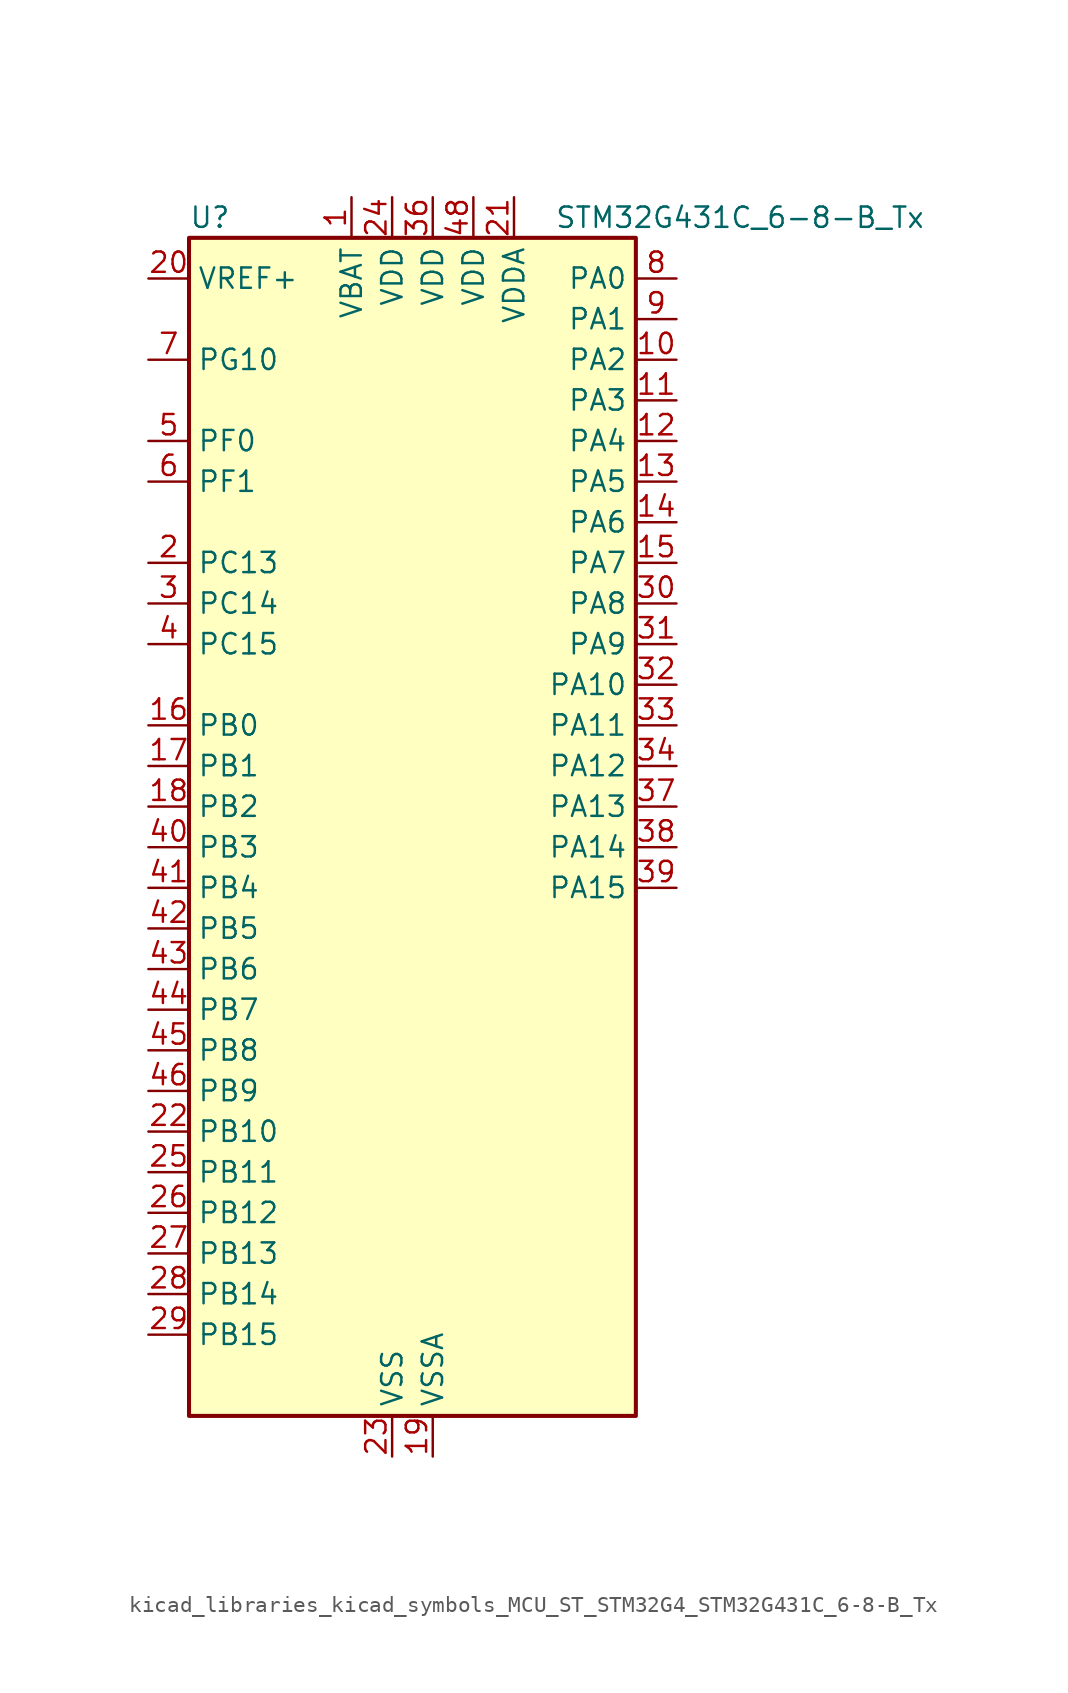
<source format=kicad_sym>
(kicad_symbol_lib
  (version 20220914)
  (generator kicad_symbol_editor)
  (symbol "kicad_libraries_kicad_symbols_MCU_ST_STM32G4_STM32G431C_6-8-B_Tx"
    (property "Reference" "U"
      (at -12.7 39.37 0)
      (effects (font (size 1.27 1.27)) (justify left)))
    (property "Value" "STM32G431C_6-8-B_Tx"
      (at 10.16 39.37 0)
      (effects (font (size 1.27 1.27)) (justify left)))
    (property "ki_locked" ""
      (at 0 0 0)
      (effects (font (size 1.27 1.27))))
    (symbol "kicad_libraries_kicad_symbols_MCU_ST_STM32G4_STM32G431C_6-8-B_Tx_0_1"
      (rectangle (start -12.7 -35.56) (end 15.24 38.1) (stroke (width 0.254) (type default)) (fill (type background))))
    (symbol "kicad_libraries_kicad_symbols_MCU_ST_STM32G4_STM32G431C_6-8-B_Tx_1_1"
      (pin power_in line (at -2.54 40.64 270) (length 2.54) (name "VBAT" (effects (font (size 1.27 1.27)))) (number "1" (effects (font (size 1.27 1.27)))))
      (pin bidirectional line (at 17.78 30.48 180) (length 2.54) (name "PA2" (effects (font (size 1.27 1.27)))) (number "10" (effects (font (size 1.27 1.27)))) (alternate "ADC1_IN3" bidirectional line) (alternate "COMP2_INM" bidirectional line) (alternate "COMP2_OUT" bidirectional line) (alternate "LPUART1_TX" bidirectional line) (alternate "OPAMP1_VOUT" bidirectional line) (alternate "RCC_LSCO" bidirectional line) (alternate "SYS_WKUP4" bidirectional line) (alternate "TIM15_CH1" bidirectional line) (alternate "TIM2_CH3" bidirectional line) (alternate "UCPD1_FRSTX1" bidirectional line) (alternate "UCPD1_FRSTX2" bidirectional line) (alternate "USART2_TX" bidirectional line))
      (pin bidirectional line (at 17.78 27.94 180) (length 2.54) (name "PA3" (effects (font (size 1.27 1.27)))) (number "11" (effects (font (size 1.27 1.27)))) (alternate "ADC1_IN4" bidirectional line) (alternate "COMP2_INP" bidirectional line) (alternate "LPUART1_RX" bidirectional line) (alternate "OPAMP1_VINM" bidirectional line) (alternate "OPAMP1_VINM0" bidirectional line) (alternate "OPAMP1_VINM_SEC" bidirectional line) (alternate "OPAMP1_VINP" bidirectional line) (alternate "OPAMP1_VINP_SEC" bidirectional line) (alternate "SAI1_CK1" bidirectional line) (alternate "SAI1_MCLK_A" bidirectional line) (alternate "TIM15_CH2" bidirectional line) (alternate "TIM2_CH4" bidirectional line) (alternate "USART2_RX" bidirectional line))
      (pin bidirectional line (at 17.78 25.4 180) (length 2.54) (name "PA4" (effects (font (size 1.27 1.27)))) (number "12" (effects (font (size 1.27 1.27)))) (alternate "ADC2_IN17" bidirectional line) (alternate "COMP1_INM" bidirectional line) (alternate "DAC1_OUT1" bidirectional line) (alternate "I2S3_WS" bidirectional line) (alternate "SAI1_FS_B" bidirectional line) (alternate "SPI1_NSS" bidirectional line) (alternate "SPI3_NSS" bidirectional line) (alternate "TIM3_CH2" bidirectional line) (alternate "USART2_CK" bidirectional line))
      (pin bidirectional line (at 17.78 22.86 180) (length 2.54) (name "PA5" (effects (font (size 1.27 1.27)))) (number "13" (effects (font (size 1.27 1.27)))) (alternate "ADC2_IN13" bidirectional line) (alternate "COMP2_INM" bidirectional line) (alternate "DAC1_OUT2" bidirectional line) (alternate "OPAMP2_VINM" bidirectional line) (alternate "OPAMP2_VINM0" bidirectional line) (alternate "OPAMP2_VINM_SEC" bidirectional line) (alternate "SPI1_SCK" bidirectional line) (alternate "TIM2_CH1" bidirectional line) (alternate "TIM2_ETR" bidirectional line) (alternate "UCPD1_FRSTX1" bidirectional line) (alternate "UCPD1_FRSTX2" bidirectional line))
      (pin bidirectional line (at 17.78 20.32 180) (length 2.54) (name "PA6" (effects (font (size 1.27 1.27)))) (number "14" (effects (font (size 1.27 1.27)))) (alternate "ADC2_IN3" bidirectional line) (alternate "COMP1_OUT" bidirectional line) (alternate "LPUART1_CTS" bidirectional line) (alternate "OPAMP2_VOUT" bidirectional line) (alternate "SPI1_MISO" bidirectional line) (alternate "TIM16_CH1" bidirectional line) (alternate "TIM1_BKIN" bidirectional line) (alternate "TIM3_CH1" bidirectional line) (alternate "TIM8_BKIN" bidirectional line))
      (pin bidirectional line (at 17.78 17.78 180) (length 2.54) (name "PA7" (effects (font (size 1.27 1.27)))) (number "15" (effects (font (size 1.27 1.27)))) (alternate "ADC2_IN4" bidirectional line) (alternate "COMP2_INP" bidirectional line) (alternate "COMP2_OUT" bidirectional line) (alternate "OPAMP1_VINP" bidirectional line) (alternate "OPAMP1_VINP_SEC" bidirectional line) (alternate "OPAMP2_VINP" bidirectional line) (alternate "OPAMP2_VINP_SEC" bidirectional line) (alternate "SPI1_MOSI" bidirectional line) (alternate "TIM17_CH1" bidirectional line) (alternate "TIM1_CH1N" bidirectional line) (alternate "TIM3_CH2" bidirectional line) (alternate "TIM8_CH1N" bidirectional line) (alternate "UCPD1_FRSTX1" bidirectional line) (alternate "UCPD1_FRSTX2" bidirectional line))
      (pin bidirectional line (at -15.24 7.62 0) (length 2.54) (name "PB0" (effects (font (size 1.27 1.27)))) (number "16" (effects (font (size 1.27 1.27)))) (alternate "ADC1_IN15" bidirectional line) (alternate "COMP4_INP" bidirectional line) (alternate "OPAMP2_VINP" bidirectional line) (alternate "OPAMP2_VINP_SEC" bidirectional line) (alternate "OPAMP3_VINP" bidirectional line) (alternate "OPAMP3_VINP_SEC" bidirectional line) (alternate "TIM1_CH2N" bidirectional line) (alternate "TIM3_CH3" bidirectional line) (alternate "TIM8_CH2N" bidirectional line) (alternate "UCPD1_FRSTX1" bidirectional line) (alternate "UCPD1_FRSTX2" bidirectional line))
      (pin bidirectional line (at -15.24 5.08 0) (length 2.54) (name "PB1" (effects (font (size 1.27 1.27)))) (number "17" (effects (font (size 1.27 1.27)))) (alternate "ADC1_IN12" bidirectional line) (alternate "COMP1_INP" bidirectional line) (alternate "COMP4_OUT" bidirectional line) (alternate "LPUART1_DE" bidirectional line) (alternate "LPUART1_RTS" bidirectional line) (alternate "OPAMP3_VOUT" bidirectional line) (alternate "TIM1_CH3N" bidirectional line) (alternate "TIM3_CH4" bidirectional line) (alternate "TIM8_CH3N" bidirectional line))
      (pin bidirectional line (at -15.24 2.54 0) (length 2.54) (name "PB2" (effects (font (size 1.27 1.27)))) (number "18" (effects (font (size 1.27 1.27)))) (alternate "ADC2_IN12" bidirectional line) (alternate "COMP4_INM" bidirectional line) (alternate "I2C3_SMBA" bidirectional line) (alternate "LPTIM1_OUT" bidirectional line) (alternate "OPAMP3_VINM" bidirectional line) (alternate "OPAMP3_VINM0" bidirectional line) (alternate "OPAMP3_VINM_SEC" bidirectional line) (alternate "RTC_OUT2" bidirectional line))
      (pin power_in line (at 2.54 -38.1 90) (length 2.54) (name "VSSA" (effects (font (size 1.27 1.27)))) (number "19" (effects (font (size 1.27 1.27)))))
      (pin bidirectional line (at -15.24 17.78 0) (length 2.54) (name "PC13" (effects (font (size 1.27 1.27)))) (number "2" (effects (font (size 1.27 1.27)))) (alternate "RTC_OUT1" bidirectional line) (alternate "RTC_TAMP1" bidirectional line) (alternate "RTC_TS" bidirectional line) (alternate "SYS_WKUP2" bidirectional line) (alternate "TIM1_BKIN" bidirectional line) (alternate "TIM1_CH1N" bidirectional line) (alternate "TIM8_CH4N" bidirectional line))
      (pin input line (at -15.24 35.56 0) (length 2.54) (name "VREF+" (effects (font (size 1.27 1.27)))) (number "20" (effects (font (size 1.27 1.27)))) (alternate "VREFBUF_OUT" bidirectional line))
      (pin power_in line (at 7.62 40.64 270) (length 2.54) (name "VDDA" (effects (font (size 1.27 1.27)))) (number "21" (effects (font (size 1.27 1.27)))))
      (pin bidirectional line (at -15.24 -17.78 0) (length 2.54) (name "PB10" (effects (font (size 1.27 1.27)))) (number "22" (effects (font (size 1.27 1.27)))) (alternate "DAC1_EXTI10" bidirectional line) (alternate "DAC3_EXTI10" bidirectional line) (alternate "LPUART1_RX" bidirectional line) (alternate "OPAMP3_VINM" bidirectional line) (alternate "OPAMP3_VINM1" bidirectional line) (alternate "OPAMP3_VINM_SEC" bidirectional line) (alternate "SAI1_SCK_A" bidirectional line) (alternate "TIM1_BKIN" bidirectional line) (alternate "TIM2_CH3" bidirectional line) (alternate "USART3_TX" bidirectional line))
      (pin power_in line (at 0 -38.1 90) (length 2.54) (name "VSS" (effects (font (size 1.27 1.27)))) (number "23" (effects (font (size 1.27 1.27)))))
      (pin power_in line (at 0 40.64 270) (length 2.54) (name "VDD" (effects (font (size 1.27 1.27)))) (number "24" (effects (font (size 1.27 1.27)))))
      (pin bidirectional line (at -15.24 -20.32 0) (length 2.54) (name "PB11" (effects (font (size 1.27 1.27)))) (number "25" (effects (font (size 1.27 1.27)))) (alternate "ADC1_EXTI11" bidirectional line) (alternate "ADC1_IN14" bidirectional line) (alternate "ADC2_EXTI11" bidirectional line) (alternate "ADC2_IN14" bidirectional line) (alternate "LPUART1_TX" bidirectional line) (alternate "TIM2_CH4" bidirectional line) (alternate "USART3_RX" bidirectional line))
      (pin bidirectional line (at -15.24 -22.86 0) (length 2.54) (name "PB12" (effects (font (size 1.27 1.27)))) (number "26" (effects (font (size 1.27 1.27)))) (alternate "ADC1_IN11" bidirectional line) (alternate "I2C2_SMBA" bidirectional line) (alternate "I2S2_WS" bidirectional line) (alternate "LPUART1_DE" bidirectional line) (alternate "LPUART1_RTS" bidirectional line) (alternate "SPI2_NSS" bidirectional line) (alternate "TIM1_BKIN" bidirectional line) (alternate "USART3_CK" bidirectional line))
      (pin bidirectional line (at -15.24 -25.4 0) (length 2.54) (name "PB13" (effects (font (size 1.27 1.27)))) (number "27" (effects (font (size 1.27 1.27)))) (alternate "I2S2_CK" bidirectional line) (alternate "LPUART1_CTS" bidirectional line) (alternate "OPAMP3_VINP" bidirectional line) (alternate "OPAMP3_VINP_SEC" bidirectional line) (alternate "SPI2_SCK" bidirectional line) (alternate "TIM1_CH1N" bidirectional line) (alternate "USART3_CTS" bidirectional line) (alternate "USART3_NSS" bidirectional line))
      (pin bidirectional line (at -15.24 -27.94 0) (length 2.54) (name "PB14" (effects (font (size 1.27 1.27)))) (number "28" (effects (font (size 1.27 1.27)))) (alternate "ADC1_IN5" bidirectional line) (alternate "COMP4_OUT" bidirectional line) (alternate "OPAMP2_VINP" bidirectional line) (alternate "OPAMP2_VINP_SEC" bidirectional line) (alternate "SPI2_MISO" bidirectional line) (alternate "TIM15_CH1" bidirectional line) (alternate "TIM1_CH2N" bidirectional line) (alternate "USART3_DE" bidirectional line) (alternate "USART3_RTS" bidirectional line))
      (pin bidirectional line (at -15.24 -30.48 0) (length 2.54) (name "PB15" (effects (font (size 1.27 1.27)))) (number "29" (effects (font (size 1.27 1.27)))) (alternate "ADC1_EXTI15" bidirectional line) (alternate "ADC2_EXTI15" bidirectional line) (alternate "ADC2_IN15" bidirectional line) (alternate "COMP3_OUT" bidirectional line) (alternate "I2S2_SD" bidirectional line) (alternate "RTC_REFIN" bidirectional line) (alternate "SPI2_MOSI" bidirectional line) (alternate "TIM15_CH1N" bidirectional line) (alternate "TIM15_CH2" bidirectional line) (alternate "TIM1_CH3N" bidirectional line))
      (pin bidirectional line (at -15.24 15.24 0) (length 2.54) (name "PC14" (effects (font (size 1.27 1.27)))) (number "3" (effects (font (size 1.27 1.27)))) (alternate "RCC_OSC32_IN" bidirectional line))
      (pin bidirectional line (at 17.78 15.24 180) (length 2.54) (name "PA8" (effects (font (size 1.27 1.27)))) (number "30" (effects (font (size 1.27 1.27)))) (alternate "I2C2_SDA" bidirectional line) (alternate "I2C3_SCL" bidirectional line) (alternate "I2S2_MCK" bidirectional line) (alternate "RCC_MCO" bidirectional line) (alternate "SAI1_CK2" bidirectional line) (alternate "SAI1_SCK_A" bidirectional line) (alternate "TIM1_CH1" bidirectional line) (alternate "TIM4_ETR" bidirectional line) (alternate "USART1_CK" bidirectional line))
      (pin bidirectional line (at 17.78 12.7 180) (length 2.54) (name "PA9" (effects (font (size 1.27 1.27)))) (number "31" (effects (font (size 1.27 1.27)))) (alternate "DAC1_EXTI9" bidirectional line) (alternate "DAC3_EXTI9" bidirectional line) (alternate "I2C2_SCL" bidirectional line) (alternate "I2C3_SMBA" bidirectional line) (alternate "I2S3_MCK" bidirectional line) (alternate "SAI1_FS_A" bidirectional line) (alternate "TIM15_BKIN" bidirectional line) (alternate "TIM1_CH2" bidirectional line) (alternate "TIM2_CH3" bidirectional line) (alternate "UCPD1_DBCC1" bidirectional line) (alternate "USART1_TX" bidirectional line))
      (pin bidirectional line (at 17.78 10.16 180) (length 2.54) (name "PA10" (effects (font (size 1.27 1.27)))) (number "32" (effects (font (size 1.27 1.27)))) (alternate "CRS_SYNC" bidirectional line) (alternate "DAC1_EXTI10" bidirectional line) (alternate "DAC3_EXTI10" bidirectional line) (alternate "I2C2_SMBA" bidirectional line) (alternate "SAI1_D1" bidirectional line) (alternate "SAI1_SD_A" bidirectional line) (alternate "SPI2_MISO" bidirectional line) (alternate "TIM17_BKIN" bidirectional line) (alternate "TIM1_CH3" bidirectional line) (alternate "TIM2_CH4" bidirectional line) (alternate "TIM8_BKIN" bidirectional line) (alternate "UCPD1_DBCC2" bidirectional line) (alternate "USART1_RX" bidirectional line))
      (pin bidirectional line (at 17.78 7.62 180) (length 2.54) (name "PA11" (effects (font (size 1.27 1.27)))) (number "33" (effects (font (size 1.27 1.27)))) (alternate "ADC1_EXTI11" bidirectional line) (alternate "ADC2_EXTI11" bidirectional line) (alternate "COMP1_OUT" bidirectional line) (alternate "FDCAN1_RX" bidirectional line) (alternate "I2S2_SD" bidirectional line) (alternate "SPI2_MOSI" bidirectional line) (alternate "TIM1_BKIN2" bidirectional line) (alternate "TIM1_CH1N" bidirectional line) (alternate "TIM1_CH4" bidirectional line) (alternate "TIM4_CH1" bidirectional line) (alternate "USART1_CTS" bidirectional line) (alternate "USART1_NSS" bidirectional line) (alternate "USB_DM" bidirectional line))
      (pin bidirectional line (at 17.78 5.08 180) (length 2.54) (name "PA12" (effects (font (size 1.27 1.27)))) (number "34" (effects (font (size 1.27 1.27)))) (alternate "COMP2_OUT" bidirectional line) (alternate "FDCAN1_TX" bidirectional line) (alternate "I2S_CKIN" bidirectional line) (alternate "TIM16_CH1" bidirectional line) (alternate "TIM1_CH2N" bidirectional line) (alternate "TIM1_ETR" bidirectional line) (alternate "TIM4_CH2" bidirectional line) (alternate "USART1_DE" bidirectional line) (alternate "USART1_RTS" bidirectional line) (alternate "USB_DP" bidirectional line))
      (pin passive line (at 0 -38.1 90) (length 2.54) hide (name "VSS" (effects (font (size 1.27 1.27)))) (number "35" (effects (font (size 1.27 1.27)))))
      (pin power_in line (at 2.54 40.64 270) (length 2.54) (name "VDD" (effects (font (size 1.27 1.27)))) (number "36" (effects (font (size 1.27 1.27)))))
      (pin bidirectional line (at 17.78 2.54 180) (length 2.54) (name "PA13" (effects (font (size 1.27 1.27)))) (number "37" (effects (font (size 1.27 1.27)))) (alternate "I2C1_SCL" bidirectional line) (alternate "IR_OUT" bidirectional line) (alternate "SAI1_SD_B" bidirectional line) (alternate "SYS_JTMS-SWDIO" bidirectional line) (alternate "TIM16_CH1N" bidirectional line) (alternate "TIM4_CH3" bidirectional line) (alternate "USART3_CTS" bidirectional line) (alternate "USART3_NSS" bidirectional line))
      (pin bidirectional line (at 17.78 0 180) (length 2.54) (name "PA14" (effects (font (size 1.27 1.27)))) (number "38" (effects (font (size 1.27 1.27)))) (alternate "I2C1_SDA" bidirectional line) (alternate "LPTIM1_OUT" bidirectional line) (alternate "SAI1_FS_B" bidirectional line) (alternate "SYS_JTCK-SWCLK" bidirectional line) (alternate "TIM1_BKIN" bidirectional line) (alternate "TIM8_CH2" bidirectional line) (alternate "USART2_TX" bidirectional line))
      (pin bidirectional line (at 17.78 -2.54 180) (length 2.54) (name "PA15" (effects (font (size 1.27 1.27)))) (number "39" (effects (font (size 1.27 1.27)))) (alternate "ADC1_EXTI15" bidirectional line) (alternate "ADC2_EXTI15" bidirectional line) (alternate "I2C1_SCL" bidirectional line) (alternate "I2S3_WS" bidirectional line) (alternate "SPI1_NSS" bidirectional line) (alternate "SPI3_NSS" bidirectional line) (alternate "SYS_JTDI" bidirectional line) (alternate "TIM1_BKIN" bidirectional line) (alternate "TIM2_CH1" bidirectional line) (alternate "TIM2_ETR" bidirectional line) (alternate "TIM8_CH1" bidirectional line) (alternate "USART2_RX" bidirectional line))
      (pin bidirectional line (at -15.24 12.7 0) (length 2.54) (name "PC15" (effects (font (size 1.27 1.27)))) (number "4" (effects (font (size 1.27 1.27)))) (alternate "ADC1_EXTI15" bidirectional line) (alternate "ADC2_EXTI15" bidirectional line) (alternate "RCC_OSC32_OUT" bidirectional line))
      (pin bidirectional line (at -15.24 0 0) (length 2.54) (name "PB3" (effects (font (size 1.27 1.27)))) (number "40" (effects (font (size 1.27 1.27)))) (alternate "CRS_SYNC" bidirectional line) (alternate "I2S3_CK" bidirectional line) (alternate "SAI1_SCK_B" bidirectional line) (alternate "SPI1_SCK" bidirectional line) (alternate "SPI3_SCK" bidirectional line) (alternate "SYS_JTDO-SWO" bidirectional line) (alternate "TIM2_CH2" bidirectional line) (alternate "TIM3_ETR" bidirectional line) (alternate "TIM4_ETR" bidirectional line) (alternate "TIM8_CH1N" bidirectional line) (alternate "USART2_TX" bidirectional line))
      (pin bidirectional line (at -15.24 -2.54 0) (length 2.54) (name "PB4" (effects (font (size 1.27 1.27)))) (number "41" (effects (font (size 1.27 1.27)))) (alternate "SAI1_MCLK_B" bidirectional line) (alternate "SPI1_MISO" bidirectional line) (alternate "SPI3_MISO" bidirectional line) (alternate "SYS_JTRST" bidirectional line) (alternate "TIM16_CH1" bidirectional line) (alternate "TIM17_BKIN" bidirectional line) (alternate "TIM3_CH1" bidirectional line) (alternate "TIM8_CH2N" bidirectional line) (alternate "UCPD1_CC2" bidirectional line) (alternate "USART2_RX" bidirectional line))
      (pin bidirectional line (at -15.24 -5.08 0) (length 2.54) (name "PB5" (effects (font (size 1.27 1.27)))) (number "42" (effects (font (size 1.27 1.27)))) (alternate "I2C1_SMBA" bidirectional line) (alternate "I2C3_SDA" bidirectional line) (alternate "I2S3_SD" bidirectional line) (alternate "LPTIM1_IN1" bidirectional line) (alternate "SAI1_SD_B" bidirectional line) (alternate "SPI1_MOSI" bidirectional line) (alternate "SPI3_MOSI" bidirectional line) (alternate "TIM16_BKIN" bidirectional line) (alternate "TIM17_CH1" bidirectional line) (alternate "TIM3_CH2" bidirectional line) (alternate "TIM8_CH3N" bidirectional line) (alternate "USART2_CK" bidirectional line))
      (pin bidirectional line (at -15.24 -7.62 0) (length 2.54) (name "PB6" (effects (font (size 1.27 1.27)))) (number "43" (effects (font (size 1.27 1.27)))) (alternate "COMP4_OUT" bidirectional line) (alternate "LPTIM1_ETR" bidirectional line) (alternate "SAI1_FS_B" bidirectional line) (alternate "TIM16_CH1N" bidirectional line) (alternate "TIM4_CH1" bidirectional line) (alternate "TIM8_BKIN2" bidirectional line) (alternate "TIM8_CH1" bidirectional line) (alternate "TIM8_ETR" bidirectional line) (alternate "UCPD1_CC1" bidirectional line) (alternate "USART1_TX" bidirectional line))
      (pin bidirectional line (at -15.24 -10.16 0) (length 2.54) (name "PB7" (effects (font (size 1.27 1.27)))) (number "44" (effects (font (size 1.27 1.27)))) (alternate "COMP3_OUT" bidirectional line) (alternate "I2C1_SDA" bidirectional line) (alternate "LPTIM1_IN2" bidirectional line) (alternate "SYS_PVD_IN" bidirectional line) (alternate "TIM17_CH1N" bidirectional line) (alternate "TIM3_CH4" bidirectional line) (alternate "TIM4_CH2" bidirectional line) (alternate "TIM8_BKIN" bidirectional line) (alternate "USART1_RX" bidirectional line))
      (pin bidirectional line (at -15.24 -12.7 0) (length 2.54) (name "PB8" (effects (font (size 1.27 1.27)))) (number "45" (effects (font (size 1.27 1.27)))) (alternate "COMP1_OUT" bidirectional line) (alternate "FDCAN1_RX" bidirectional line) (alternate "I2C1_SCL" bidirectional line) (alternate "SAI1_CK1" bidirectional line) (alternate "SAI1_MCLK_A" bidirectional line) (alternate "TIM16_CH1" bidirectional line) (alternate "TIM1_BKIN" bidirectional line) (alternate "TIM4_CH3" bidirectional line) (alternate "TIM8_CH2" bidirectional line) (alternate "USART3_RX" bidirectional line))
      (pin bidirectional line (at -15.24 -15.24 0) (length 2.54) (name "PB9" (effects (font (size 1.27 1.27)))) (number "46" (effects (font (size 1.27 1.27)))) (alternate "COMP2_OUT" bidirectional line) (alternate "DAC1_EXTI9" bidirectional line) (alternate "DAC3_EXTI9" bidirectional line) (alternate "FDCAN1_TX" bidirectional line) (alternate "I2C1_SDA" bidirectional line) (alternate "IR_OUT" bidirectional line) (alternate "SAI1_D2" bidirectional line) (alternate "SAI1_FS_A" bidirectional line) (alternate "TIM17_CH1" bidirectional line) (alternate "TIM1_CH3N" bidirectional line) (alternate "TIM4_CH4" bidirectional line) (alternate "TIM8_CH3" bidirectional line) (alternate "USART3_TX" bidirectional line))
      (pin passive line (at 0 -38.1 90) (length 2.54) hide (name "VSS" (effects (font (size 1.27 1.27)))) (number "47" (effects (font (size 1.27 1.27)))))
      (pin power_in line (at 5.08 40.64 270) (length 2.54) (name "VDD" (effects (font (size 1.27 1.27)))) (number "48" (effects (font (size 1.27 1.27)))))
      (pin bidirectional line (at -15.24 25.4 0) (length 2.54) (name "PF0" (effects (font (size 1.27 1.27)))) (number "5" (effects (font (size 1.27 1.27)))) (alternate "ADC1_IN10" bidirectional line) (alternate "I2C2_SDA" bidirectional line) (alternate "I2S2_WS" bidirectional line) (alternate "RCC_OSC_IN" bidirectional line) (alternate "SPI2_NSS" bidirectional line) (alternate "TIM1_CH3N" bidirectional line))
      (pin bidirectional line (at -15.24 22.86 0) (length 2.54) (name "PF1" (effects (font (size 1.27 1.27)))) (number "6" (effects (font (size 1.27 1.27)))) (alternate "ADC2_IN10" bidirectional line) (alternate "COMP3_INM" bidirectional line) (alternate "I2S2_CK" bidirectional line) (alternate "RCC_OSC_OUT" bidirectional line) (alternate "SPI2_SCK" bidirectional line))
      (pin bidirectional line (at -15.24 30.48 0) (length 2.54) (name "PG10" (effects (font (size 1.27 1.27)))) (number "7" (effects (font (size 1.27 1.27)))) (alternate "DAC1_EXTI10" bidirectional line) (alternate "DAC3_EXTI10" bidirectional line) (alternate "RCC_MCO" bidirectional line))
      (pin bidirectional line (at 17.78 35.56 180) (length 2.54) (name "PA0" (effects (font (size 1.27 1.27)))) (number "8" (effects (font (size 1.27 1.27)))) (alternate "ADC1_IN1" bidirectional line) (alternate "ADC2_IN1" bidirectional line) (alternate "COMP1_INM" bidirectional line) (alternate "COMP1_OUT" bidirectional line) (alternate "COMP3_INP" bidirectional line) (alternate "RTC_TAMP2" bidirectional line) (alternate "SYS_WKUP1" bidirectional line) (alternate "TIM2_CH1" bidirectional line) (alternate "TIM2_ETR" bidirectional line) (alternate "TIM8_BKIN" bidirectional line) (alternate "TIM8_ETR" bidirectional line) (alternate "USART2_CTS" bidirectional line) (alternate "USART2_NSS" bidirectional line))
      (pin bidirectional line (at 17.78 33.02 180) (length 2.54) (name "PA1" (effects (font (size 1.27 1.27)))) (number "9" (effects (font (size 1.27 1.27)))) (alternate "ADC1_IN2" bidirectional line) (alternate "ADC2_IN2" bidirectional line) (alternate "COMP1_INP" bidirectional line) (alternate "OPAMP1_VINP" bidirectional line) (alternate "OPAMP1_VINP_SEC" bidirectional line) (alternate "OPAMP3_VINP" bidirectional line) (alternate "OPAMP3_VINP_SEC" bidirectional line) (alternate "RTC_REFIN" bidirectional line) (alternate "TIM15_CH1N" bidirectional line) (alternate "TIM2_CH2" bidirectional line) (alternate "USART2_DE" bidirectional line) (alternate "USART2_RTS" bidirectional line)))))
</source>
